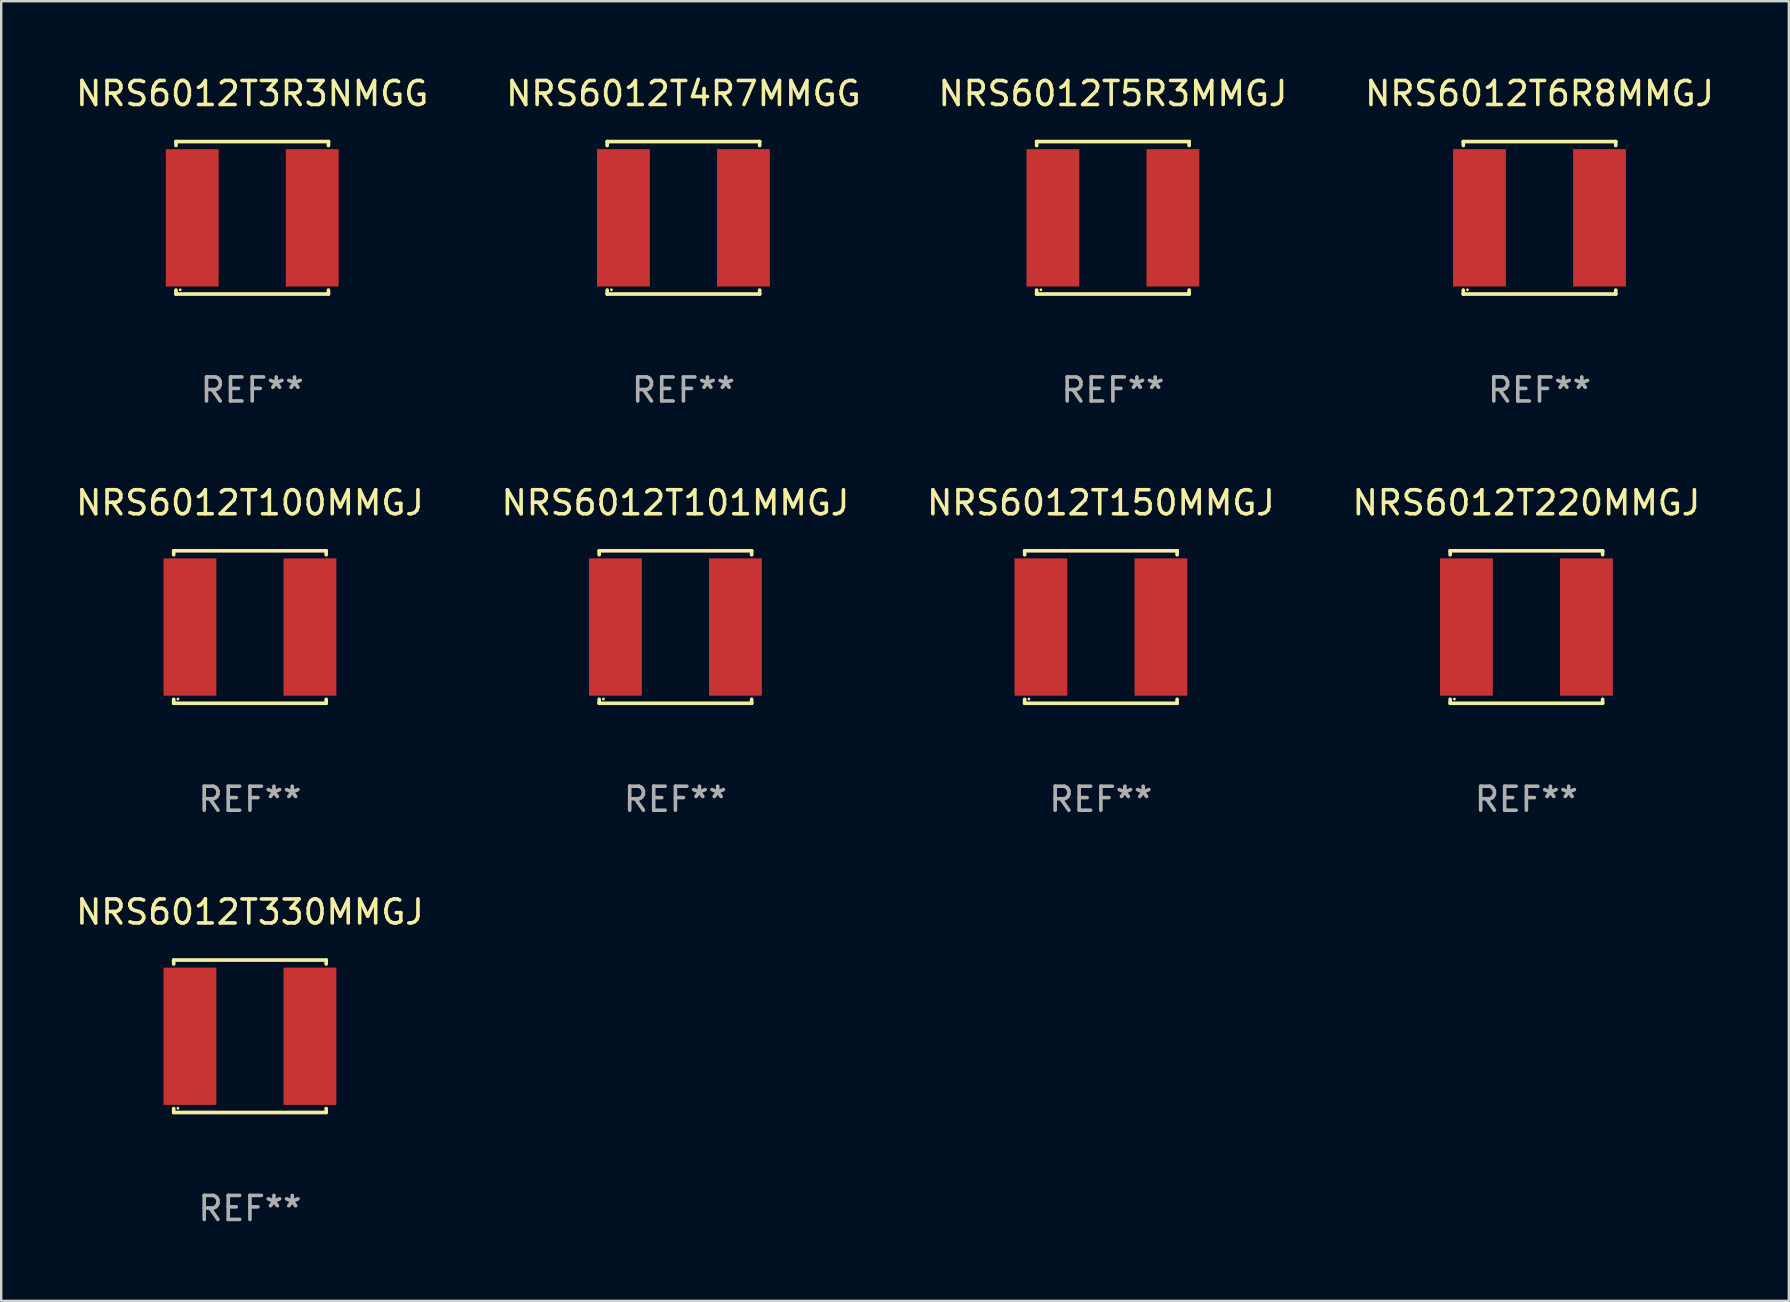
<source format=kicad_pcb>
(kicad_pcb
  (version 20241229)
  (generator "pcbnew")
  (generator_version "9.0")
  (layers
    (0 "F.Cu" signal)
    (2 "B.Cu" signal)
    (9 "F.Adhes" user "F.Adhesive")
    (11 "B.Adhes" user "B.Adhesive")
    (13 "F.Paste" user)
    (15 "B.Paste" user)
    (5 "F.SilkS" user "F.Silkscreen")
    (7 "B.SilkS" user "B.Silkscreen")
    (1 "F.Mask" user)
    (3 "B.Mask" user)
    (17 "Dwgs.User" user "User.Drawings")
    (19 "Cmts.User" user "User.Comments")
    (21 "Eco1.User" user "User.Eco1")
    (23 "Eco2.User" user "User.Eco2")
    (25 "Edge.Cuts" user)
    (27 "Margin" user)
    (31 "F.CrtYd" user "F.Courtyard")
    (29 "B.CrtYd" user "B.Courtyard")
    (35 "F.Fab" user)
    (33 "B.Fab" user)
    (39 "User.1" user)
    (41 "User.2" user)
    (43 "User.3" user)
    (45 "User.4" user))
  (footprint "NRS6012T5R3MMGJ"
    (layer "F.Cu")
    (at 43.315 6.024)
    (property "Reference" "NRS6012T5R3MMGJ" (at 0 -5.176 0) (layer "F.SilkS") (effects (font (size 1 1) (thickness 0.15))))
    (attr through_hole)
    (fp_line (start -3.176 -3.176) (end 3.176 -3.176) (stroke (width 0.152) (type solid)) (layer "F.SilkS"))
    (fp_line (start -3.176 -3.012) (end -3.176 -3.176) (stroke (width 0.152) (type solid)) (layer "F.SilkS"))
    (fp_line (start -3.176 3.012) (end -3.176 3.176) (stroke (width 0.152) (type solid)) (layer "F.SilkS"))
    (fp_line (start -3.176 3.176) (end 3.176 3.176) (stroke (width 0.152) (type solid)) (layer "F.SilkS"))
    (fp_line (start 3.176 -3.176) (end 3.176 -3.012) (stroke (width 0.152) (type solid)) (layer "F.SilkS"))
    (fp_line (start 3.176 3.176) (end 3.176 3.012) (stroke (width 0.152) (type solid)) (layer "F.SilkS"))
    (fp_circle (center -3 3) (end -2.97 3) (stroke (width 0.06) (type solid)) (fill no) (layer "F.SilkS"))
    (fp_text user "REF**" (at 0 7.176 0) (layer "F.Fab") (effects (font (size 1 1) (thickness 0.15))))
    (pad "1" smd rect (at -2.5 0) (size 2.2 5.72) (layers "F.Cu" "F.Mask" "F.Paste"))
    (pad "2" smd rect (at 2.5 0) (size 2.2 5.72) (layers "F.Cu" "F.Mask" "F.Paste")))
  (footprint "NRS6012T101MMGJ"
    (layer "F.Cu")
    (at 25.089 23.073)
    (property "Reference" "NRS6012T101MMGJ" (at 0 -5.176 0) (layer "F.SilkS") (effects (font (size 1 1) (thickness 0.15))))
    (attr through_hole)
    (fp_line (start -3.176 -3.176) (end 3.176 -3.176) (stroke (width 0.152) (type solid)) (layer "F.SilkS"))
    (fp_line (start -3.176 -3.012) (end -3.176 -3.176) (stroke (width 0.152) (type solid)) (layer "F.SilkS"))
    (fp_line (start -3.176 3.012) (end -3.176 3.176) (stroke (width 0.152) (type solid)) (layer "F.SilkS"))
    (fp_line (start -3.176 3.176) (end 3.176 3.176) (stroke (width 0.152) (type solid)) (layer "F.SilkS"))
    (fp_line (start 3.176 -3.176) (end 3.176 -3.012) (stroke (width 0.152) (type solid)) (layer "F.SilkS"))
    (fp_line (start 3.176 3.176) (end 3.176 3.012) (stroke (width 0.152) (type solid)) (layer "F.SilkS"))
    (fp_circle (center -3 3) (end -2.97 3) (stroke (width 0.06) (type solid)) (fill no) (layer "F.SilkS"))
    (fp_text user "REF**" (at 0 7.176 0) (layer "F.Fab") (effects (font (size 1 1) (thickness 0.15))))
    (pad "1" smd rect (at -2.5 0) (size 2.2 5.72) (layers "F.Cu" "F.Mask" "F.Paste"))
    (pad "2" smd rect (at 2.5 0) (size 2.2 5.72) (layers "F.Cu" "F.Mask" "F.Paste")))
  (footprint "NRS6012T100MMGJ"
    (layer "F.Cu")
    (at 7.363 23.073)
    (property "Reference" "NRS6012T100MMGJ" (at 0 -5.176 0) (layer "F.SilkS") (effects (font (size 1 1) (thickness 0.15))))
    (attr through_hole)
    (fp_line (start -3.176 -3.176) (end 3.176 -3.176) (stroke (width 0.152) (type solid)) (layer "F.SilkS"))
    (fp_line (start -3.176 -3.012) (end -3.176 -3.176) (stroke (width 0.152) (type solid)) (layer "F.SilkS"))
    (fp_line (start -3.176 3.012) (end -3.176 3.176) (stroke (width 0.152) (type solid)) (layer "F.SilkS"))
    (fp_line (start -3.176 3.176) (end 3.176 3.176) (stroke (width 0.152) (type solid)) (layer "F.SilkS"))
    (fp_line (start 3.176 -3.176) (end 3.176 -3.012) (stroke (width 0.152) (type solid)) (layer "F.SilkS"))
    (fp_line (start 3.176 3.176) (end 3.176 3.012) (stroke (width 0.152) (type solid)) (layer "F.SilkS"))
    (fp_circle (center -3 3) (end -2.97 3) (stroke (width 0.06) (type solid)) (fill no) (layer "F.SilkS"))
    (fp_text user "REF**" (at 0 7.176 0) (layer "F.Fab") (effects (font (size 1 1) (thickness 0.15))))
    (pad "1" smd rect (at -2.5 0) (size 2.2 5.72) (layers "F.Cu" "F.Mask" "F.Paste"))
    (pad "2" smd rect (at 2.5 0) (size 2.2 5.72) (layers "F.Cu" "F.Mask" "F.Paste")))
  (footprint "NRS6012T4R7MMGG"
    (layer "F.Cu")
    (at 25.423 6.024)
    (property "Reference" "NRS6012T4R7MMGG" (at 0 -5.176 0) (layer "F.SilkS") (effects (font (size 1 1) (thickness 0.15))))
    (attr through_hole)
    (fp_line (start -3.176 -3.176) (end 3.176 -3.176) (stroke (width 0.152) (type solid)) (layer "F.SilkS"))
    (fp_line (start -3.176 -3.012) (end -3.176 -3.176) (stroke (width 0.152) (type solid)) (layer "F.SilkS"))
    (fp_line (start -3.176 3.012) (end -3.176 3.176) (stroke (width 0.152) (type solid)) (layer "F.SilkS"))
    (fp_line (start -3.176 3.176) (end 3.176 3.176) (stroke (width 0.152) (type solid)) (layer "F.SilkS"))
    (fp_line (start 3.176 -3.176) (end 3.176 -3.012) (stroke (width 0.152) (type solid)) (layer "F.SilkS"))
    (fp_line (start 3.176 3.176) (end 3.176 3.012) (stroke (width 0.152) (type solid)) (layer "F.SilkS"))
    (fp_circle (center -3 3) (end -2.97 3) (stroke (width 0.06) (type solid)) (fill no) (layer "F.SilkS"))
    (fp_text user "REF**" (at 0 7.176 0) (layer "F.Fab") (effects (font (size 1 1) (thickness 0.15))))
    (pad "1" smd rect (at -2.5 0) (size 2.2 5.72) (layers "F.Cu" "F.Mask" "F.Paste"))
    (pad "2" smd rect (at 2.5 0) (size 2.2 5.72) (layers "F.Cu" "F.Mask" "F.Paste")))
  (footprint "NRS6012T220MMGJ"
    (layer "F.Cu")
    (at 60.542 23.073)
    (property "Reference" "NRS6012T220MMGJ" (at 0 -5.176 0) (layer "F.SilkS") (effects (font (size 1 1) (thickness 0.15))))
    (attr through_hole)
    (fp_line (start -3.176 -3.176) (end 3.176 -3.176) (stroke (width 0.152) (type solid)) (layer "F.SilkS"))
    (fp_line (start -3.176 -3.012) (end -3.176 -3.176) (stroke (width 0.152) (type solid)) (layer "F.SilkS"))
    (fp_line (start -3.176 3.012) (end -3.176 3.176) (stroke (width 0.152) (type solid)) (layer "F.SilkS"))
    (fp_line (start -3.176 3.176) (end 3.176 3.176) (stroke (width 0.152) (type solid)) (layer "F.SilkS"))
    (fp_line (start 3.176 -3.176) (end 3.176 -3.012) (stroke (width 0.152) (type solid)) (layer "F.SilkS"))
    (fp_line (start 3.176 3.176) (end 3.176 3.012) (stroke (width 0.152) (type solid)) (layer "F.SilkS"))
    (fp_circle (center -3 3) (end -2.97 3) (stroke (width 0.06) (type solid)) (fill no) (layer "F.SilkS"))
    (fp_text user "REF**" (at 0 7.176 0) (layer "F.Fab") (effects (font (size 1 1) (thickness 0.15))))
    (pad "1" smd rect (at -2.5 0) (size 2.2 5.72) (layers "F.Cu" "F.Mask" "F.Paste"))
    (pad "2" smd rect (at 2.5 0) (size 2.2 5.72) (layers "F.Cu" "F.Mask" "F.Paste")))
  (footprint "NRS6012T6R8MMGJ"
    (layer "F.Cu")
    (at 61.089 6.024)
    (property "Reference" "NRS6012T6R8MMGJ" (at 0 -5.176 0) (layer "F.SilkS") (effects (font (size 1 1) (thickness 0.15))))
    (attr through_hole)
    (fp_line (start -3.176 -3.176) (end 3.176 -3.176) (stroke (width 0.152) (type solid)) (layer "F.SilkS"))
    (fp_line (start -3.176 -3.012) (end -3.176 -3.176) (stroke (width 0.152) (type solid)) (layer "F.SilkS"))
    (fp_line (start -3.176 3.012) (end -3.176 3.176) (stroke (width 0.152) (type solid)) (layer "F.SilkS"))
    (fp_line (start -3.176 3.176) (end 3.176 3.176) (stroke (width 0.152) (type solid)) (layer "F.SilkS"))
    (fp_line (start 3.176 -3.176) (end 3.176 -3.012) (stroke (width 0.152) (type solid)) (layer "F.SilkS"))
    (fp_line (start 3.176 3.176) (end 3.176 3.012) (stroke (width 0.152) (type solid)) (layer "F.SilkS"))
    (fp_circle (center -3 3) (end -2.97 3) (stroke (width 0.06) (type solid)) (fill no) (layer "F.SilkS"))
    (fp_text user "REF**" (at 0 7.176 0) (layer "F.Fab") (effects (font (size 1 1) (thickness 0.15))))
    (pad "1" smd rect (at -2.5 0) (size 2.2 5.72) (layers "F.Cu" "F.Mask" "F.Paste"))
    (pad "2" smd rect (at 2.5 0) (size 2.2 5.72) (layers "F.Cu" "F.Mask" "F.Paste")))
  (footprint "NRS6012T3R3NMGG"
    (layer "F.Cu")
    (at 7.458 6.024)
    (property "Reference" "NRS6012T3R3NMGG" (at 0 -5.176 0) (layer "F.SilkS") (effects (font (size 1 1) (thickness 0.15))))
    (attr through_hole)
    (fp_line (start -3.176 -3.176) (end 3.176 -3.176) (stroke (width 0.152) (type solid)) (layer "F.SilkS"))
    (fp_line (start -3.176 -3.012) (end -3.176 -3.176) (stroke (width 0.152) (type solid)) (layer "F.SilkS"))
    (fp_line (start -3.176 3.012) (end -3.176 3.176) (stroke (width 0.152) (type solid)) (layer "F.SilkS"))
    (fp_line (start -3.176 3.176) (end 3.176 3.176) (stroke (width 0.152) (type solid)) (layer "F.SilkS"))
    (fp_line (start 3.176 -3.176) (end 3.176 -3.012) (stroke (width 0.152) (type solid)) (layer "F.SilkS"))
    (fp_line (start 3.176 3.176) (end 3.176 3.012) (stroke (width 0.152) (type solid)) (layer "F.SilkS"))
    (fp_circle (center -3 3) (end -2.97 3) (stroke (width 0.06) (type solid)) (fill no) (layer "F.SilkS"))
    (fp_text user "REF**" (at 0 7.176 0) (layer "F.Fab") (effects (font (size 1 1) (thickness 0.15))))
    (pad "1" smd rect (at -2.5 0) (size 2.2 5.72) (layers "F.Cu" "F.Mask" "F.Paste"))
    (pad "2" smd rect (at 2.5 0) (size 2.2 5.72) (layers "F.Cu" "F.Mask" "F.Paste")))
  (footprint "NRS6012T330MMGJ"
    (layer "F.Cu")
    (at 7.363 40.122)
    (property "Reference" "NRS6012T330MMGJ" (at 0 -5.176 0) (layer "F.SilkS") (effects (font (size 1 1) (thickness 0.15))))
    (attr through_hole)
    (fp_line (start -3.176 -3.176) (end 3.176 -3.176) (stroke (width 0.152) (type solid)) (layer "F.SilkS"))
    (fp_line (start -3.176 -3.012) (end -3.176 -3.176) (stroke (width 0.152) (type solid)) (layer "F.SilkS"))
    (fp_line (start -3.176 3.012) (end -3.176 3.176) (stroke (width 0.152) (type solid)) (layer "F.SilkS"))
    (fp_line (start -3.176 3.176) (end 3.176 3.176) (stroke (width 0.152) (type solid)) (layer "F.SilkS"))
    (fp_line (start 3.176 -3.176) (end 3.176 -3.012) (stroke (width 0.152) (type solid)) (layer "F.SilkS"))
    (fp_line (start 3.176 3.176) (end 3.176 3.012) (stroke (width 0.152) (type solid)) (layer "F.SilkS"))
    (fp_circle (center -3 3) (end -2.97 3) (stroke (width 0.06) (type solid)) (fill no) (layer "F.SilkS"))
    (fp_text user "REF**" (at 0 7.176 0) (layer "F.Fab") (effects (font (size 1 1) (thickness 0.15))))
    (pad "1" smd rect (at -2.5 0) (size 2.2 5.72) (layers "F.Cu" "F.Mask" "F.Paste"))
    (pad "2" smd rect (at 2.5 0) (size 2.2 5.72) (layers "F.Cu" "F.Mask" "F.Paste")))
  (footprint "NRS6012T150MMGJ"
    (layer "F.Cu")
    (at 42.815 23.073)
    (property "Reference" "NRS6012T150MMGJ" (at 0 -5.176 0) (layer "F.SilkS") (effects (font (size 1 1) (thickness 0.15))))
    (attr through_hole)
    (fp_line (start -3.176 -3.176) (end 3.176 -3.176) (stroke (width 0.152) (type solid)) (layer "F.SilkS"))
    (fp_line (start -3.176 -3.012) (end -3.176 -3.176) (stroke (width 0.152) (type solid)) (layer "F.SilkS"))
    (fp_line (start -3.176 3.012) (end -3.176 3.176) (stroke (width 0.152) (type solid)) (layer "F.SilkS"))
    (fp_line (start -3.176 3.176) (end 3.176 3.176) (stroke (width 0.152) (type solid)) (layer "F.SilkS"))
    (fp_line (start 3.176 -3.176) (end 3.176 -3.012) (stroke (width 0.152) (type solid)) (layer "F.SilkS"))
    (fp_line (start 3.176 3.176) (end 3.176 3.012) (stroke (width 0.152) (type solid)) (layer "F.SilkS"))
    (fp_circle (center -3 3) (end -2.97 3) (stroke (width 0.06) (type solid)) (fill no) (layer "F.SilkS"))
    (fp_text user "REF**" (at 0 7.176 0) (layer "F.Fab") (effects (font (size 1 1) (thickness 0.15))))
    (pad "1" smd rect (at -2.5 0) (size 2.2 5.72) (layers "F.Cu" "F.Mask" "F.Paste"))
    (pad "2" smd rect (at 2.5 0) (size 2.2 5.72) (layers "F.Cu" "F.Mask" "F.Paste")))
  (gr_rect
    (start -3 -3)
    (end 71.476 51.147)
    (stroke (width 0.1) (type default))
    (fill no)
    (layer "Edge.Cuts")))
</source>
